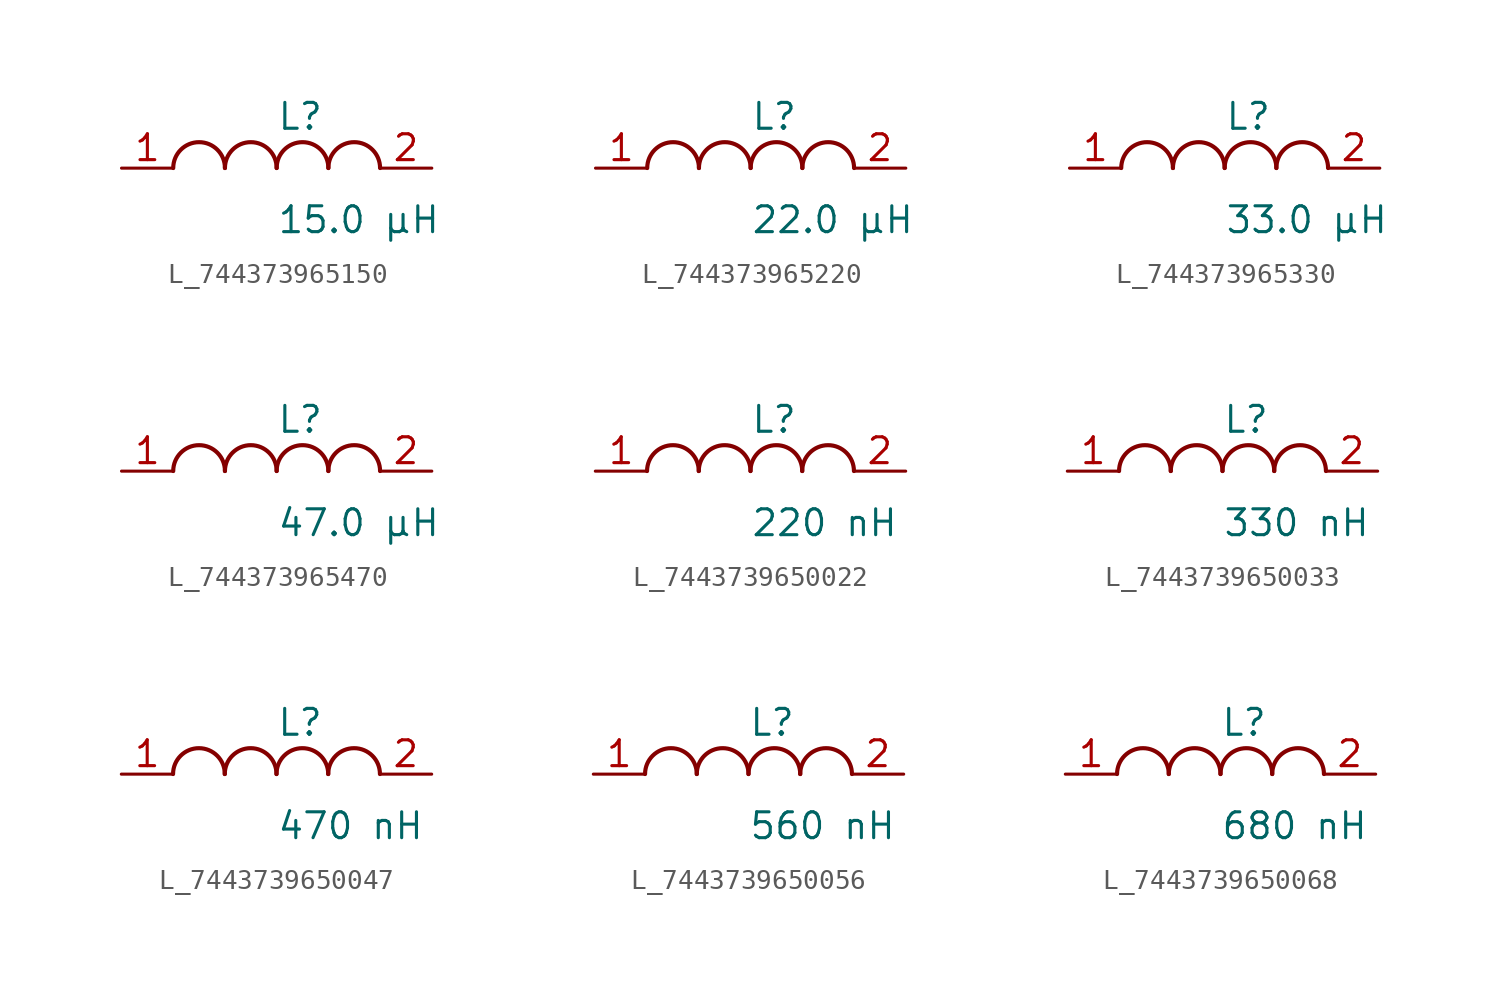
<source format=kicad_sym>
(kicad_symbol_lib
  (version 20231120)
  (generator kicad_symbol_editor)
  (generator_version 8.0)
  (symbol "L_744373965150"
    (pin_names
      (offset 0.254))
    (property "Reference" "L"
      (at 0 2.54 0)
      (effects (font (size 1.27 1.27)) (justify left)))
    (property "Value" "15.0 µH"
      (at 0 -2.54 0)
      (effects (font (size 1.27 1.27)) (justify left)))
    (symbol "L_744373965150_1_1"
      (arc (start -2.54 0.0056) (mid -3.81 1.27) (end -5.08 0.0056) (stroke (width 0.2032) (type default)) (fill (type none)))
      (arc (start 0 0.0056) (mid -1.27 1.27) (end -2.54 0.0056) (stroke (width 0.2032) (type default)) (fill (type none)))
      (arc (start 2.54 0.0056) (mid 1.27 1.27) (end 0 0.0056) (stroke (width 0.2032) (type default)) (fill (type none)))
      (arc (start 5.08 0.0056) (mid 3.81 1.27) (end 2.54 0.0056) (stroke (width 0.2032) (type default)) (fill (type none)))
      (pin unspecified line (at -7.62 0 0) (length 2.54) (name "" (effects (font (size 1.27 1.27)))) (number "1" (effects (font (size 1.27 1.27)))))
      (pin unspecified line (at 7.62 0 180) (length 2.54) (name "" (effects (font (size 1.27 1.27)))) (number "2" (effects (font (size 1.27 1.27)))))))
  (symbol "L_744373965220"
    (pin_names
      (offset 0.254))
    (property "Reference" "L"
      (at 0 2.54 0)
      (effects (font (size 1.27 1.27)) (justify left)))
    (property "Value" "22.0 µH"
      (at 0 -2.54 0)
      (effects (font (size 1.27 1.27)) (justify left)))
    (symbol "L_744373965220_1_1"
      (arc (start -2.54 0.0056) (mid -3.81 1.27) (end -5.08 0.0056) (stroke (width 0.2032) (type default)) (fill (type none)))
      (arc (start 0 0.0056) (mid -1.27 1.27) (end -2.54 0.0056) (stroke (width 0.2032) (type default)) (fill (type none)))
      (arc (start 2.54 0.0056) (mid 1.27 1.27) (end 0 0.0056) (stroke (width 0.2032) (type default)) (fill (type none)))
      (arc (start 5.08 0.0056) (mid 3.81 1.27) (end 2.54 0.0056) (stroke (width 0.2032) (type default)) (fill (type none)))
      (pin unspecified line (at -7.62 0 0) (length 2.54) (name "" (effects (font (size 1.27 1.27)))) (number "1" (effects (font (size 1.27 1.27)))))
      (pin unspecified line (at 7.62 0 180) (length 2.54) (name "" (effects (font (size 1.27 1.27)))) (number "2" (effects (font (size 1.27 1.27)))))))
  (symbol "L_744373965330"
    (pin_names
      (offset 0.254))
    (property "Reference" "L"
      (at 0 2.54 0)
      (effects (font (size 1.27 1.27)) (justify left)))
    (property "Value" "33.0 µH"
      (at 0 -2.54 0)
      (effects (font (size 1.27 1.27)) (justify left)))
    (symbol "L_744373965330_1_1"
      (arc (start -2.54 0.0056) (mid -3.81 1.27) (end -5.08 0.0056) (stroke (width 0.2032) (type default)) (fill (type none)))
      (arc (start 0 0.0056) (mid -1.27 1.27) (end -2.54 0.0056) (stroke (width 0.2032) (type default)) (fill (type none)))
      (arc (start 2.54 0.0056) (mid 1.27 1.27) (end 0 0.0056) (stroke (width 0.2032) (type default)) (fill (type none)))
      (arc (start 5.08 0.0056) (mid 3.81 1.27) (end 2.54 0.0056) (stroke (width 0.2032) (type default)) (fill (type none)))
      (pin unspecified line (at -7.62 0 0) (length 2.54) (name "" (effects (font (size 1.27 1.27)))) (number "1" (effects (font (size 1.27 1.27)))))
      (pin unspecified line (at 7.62 0 180) (length 2.54) (name "" (effects (font (size 1.27 1.27)))) (number "2" (effects (font (size 1.27 1.27)))))))
  (symbol "L_744373965470"
    (pin_names
      (offset 0.254))
    (property "Reference" "L"
      (at 0 2.54 0)
      (effects (font (size 1.27 1.27)) (justify left)))
    (property "Value" "47.0 µH"
      (at 0 -2.54 0)
      (effects (font (size 1.27 1.27)) (justify left)))
    (symbol "L_744373965470_1_1"
      (arc (start -2.54 0.0056) (mid -3.81 1.27) (end -5.08 0.0056) (stroke (width 0.2032) (type default)) (fill (type none)))
      (arc (start 0 0.0056) (mid -1.27 1.27) (end -2.54 0.0056) (stroke (width 0.2032) (type default)) (fill (type none)))
      (arc (start 2.54 0.0056) (mid 1.27 1.27) (end 0 0.0056) (stroke (width 0.2032) (type default)) (fill (type none)))
      (arc (start 5.08 0.0056) (mid 3.81 1.27) (end 2.54 0.0056) (stroke (width 0.2032) (type default)) (fill (type none)))
      (pin unspecified line (at -7.62 0 0) (length 2.54) (name "" (effects (font (size 1.27 1.27)))) (number "1" (effects (font (size 1.27 1.27)))))
      (pin unspecified line (at 7.62 0 180) (length 2.54) (name "" (effects (font (size 1.27 1.27)))) (number "2" (effects (font (size 1.27 1.27)))))))
  (symbol "L_7443739650022"
    (pin_names
      (offset 0.254))
    (property "Reference" "L"
      (at 0 2.54 0)
      (effects (font (size 1.27 1.27)) (justify left)))
    (property "Value" "220 nH"
      (at 0 -2.54 0)
      (effects (font (size 1.27 1.27)) (justify left)))
    (symbol "L_7443739650022_1_1"
      (arc (start -2.54 0.0056) (mid -3.81 1.27) (end -5.08 0.0056) (stroke (width 0.2032) (type default)) (fill (type none)))
      (arc (start 0 0.0056) (mid -1.27 1.27) (end -2.54 0.0056) (stroke (width 0.2032) (type default)) (fill (type none)))
      (arc (start 2.54 0.0056) (mid 1.27 1.27) (end 0 0.0056) (stroke (width 0.2032) (type default)) (fill (type none)))
      (arc (start 5.08 0.0056) (mid 3.81 1.27) (end 2.54 0.0056) (stroke (width 0.2032) (type default)) (fill (type none)))
      (pin unspecified line (at -7.62 0 0) (length 2.54) (name "" (effects (font (size 1.27 1.27)))) (number "1" (effects (font (size 1.27 1.27)))))
      (pin unspecified line (at 7.62 0 180) (length 2.54) (name "" (effects (font (size 1.27 1.27)))) (number "2" (effects (font (size 1.27 1.27)))))))
  (symbol "L_7443739650033"
    (pin_names
      (offset 0.254))
    (property "Reference" "L"
      (at 0 2.54 0)
      (effects (font (size 1.27 1.27)) (justify left)))
    (property "Value" "330 nH"
      (at 0 -2.54 0)
      (effects (font (size 1.27 1.27)) (justify left)))
    (symbol "L_7443739650033_1_1"
      (arc (start -2.54 0.0056) (mid -3.81 1.27) (end -5.08 0.0056) (stroke (width 0.2032) (type default)) (fill (type none)))
      (arc (start 0 0.0056) (mid -1.27 1.27) (end -2.54 0.0056) (stroke (width 0.2032) (type default)) (fill (type none)))
      (arc (start 2.54 0.0056) (mid 1.27 1.27) (end 0 0.0056) (stroke (width 0.2032) (type default)) (fill (type none)))
      (arc (start 5.08 0.0056) (mid 3.81 1.27) (end 2.54 0.0056) (stroke (width 0.2032) (type default)) (fill (type none)))
      (pin unspecified line (at -7.62 0 0) (length 2.54) (name "" (effects (font (size 1.27 1.27)))) (number "1" (effects (font (size 1.27 1.27)))))
      (pin unspecified line (at 7.62 0 180) (length 2.54) (name "" (effects (font (size 1.27 1.27)))) (number "2" (effects (font (size 1.27 1.27)))))))
  (symbol "L_7443739650047"
    (pin_names
      (offset 0.254))
    (property "Reference" "L"
      (at 0 2.54 0)
      (effects (font (size 1.27 1.27)) (justify left)))
    (property "Value" "470 nH"
      (at 0 -2.54 0)
      (effects (font (size 1.27 1.27)) (justify left)))
    (symbol "L_7443739650047_1_1"
      (arc (start -2.54 0.0056) (mid -3.81 1.27) (end -5.08 0.0056) (stroke (width 0.2032) (type default)) (fill (type none)))
      (arc (start 0 0.0056) (mid -1.27 1.27) (end -2.54 0.0056) (stroke (width 0.2032) (type default)) (fill (type none)))
      (arc (start 2.54 0.0056) (mid 1.27 1.27) (end 0 0.0056) (stroke (width 0.2032) (type default)) (fill (type none)))
      (arc (start 5.08 0.0056) (mid 3.81 1.27) (end 2.54 0.0056) (stroke (width 0.2032) (type default)) (fill (type none)))
      (pin unspecified line (at -7.62 0 0) (length 2.54) (name "" (effects (font (size 1.27 1.27)))) (number "1" (effects (font (size 1.27 1.27)))))
      (pin unspecified line (at 7.62 0 180) (length 2.54) (name "" (effects (font (size 1.27 1.27)))) (number "2" (effects (font (size 1.27 1.27)))))))
  (symbol "L_7443739650056"
    (pin_names
      (offset 0.254))
    (property "Reference" "L"
      (at 0 2.54 0)
      (effects (font (size 1.27 1.27)) (justify left)))
    (property "Value" "560 nH"
      (at 0 -2.54 0)
      (effects (font (size 1.27 1.27)) (justify left)))
    (symbol "L_7443739650056_1_1"
      (arc (start -2.54 0.0056) (mid -3.81 1.27) (end -5.08 0.0056) (stroke (width 0.2032) (type default)) (fill (type none)))
      (arc (start 0 0.0056) (mid -1.27 1.27) (end -2.54 0.0056) (stroke (width 0.2032) (type default)) (fill (type none)))
      (arc (start 2.54 0.0056) (mid 1.27 1.27) (end 0 0.0056) (stroke (width 0.2032) (type default)) (fill (type none)))
      (arc (start 5.08 0.0056) (mid 3.81 1.27) (end 2.54 0.0056) (stroke (width 0.2032) (type default)) (fill (type none)))
      (pin unspecified line (at -7.62 0 0) (length 2.54) (name "" (effects (font (size 1.27 1.27)))) (number "1" (effects (font (size 1.27 1.27)))))
      (pin unspecified line (at 7.62 0 180) (length 2.54) (name "" (effects (font (size 1.27 1.27)))) (number "2" (effects (font (size 1.27 1.27)))))))
  (symbol "L_7443739650068"
    (pin_names
      (offset 0.254))
    (property "Reference" "L"
      (at 0 2.54 0)
      (effects (font (size 1.27 1.27)) (justify left)))
    (property "Value" "680 nH"
      (at 0 -2.54 0)
      (effects (font (size 1.27 1.27)) (justify left)))
    (symbol "L_7443739650068_1_1"
      (arc (start -2.54 0.0056) (mid -3.81 1.27) (end -5.08 0.0056) (stroke (width 0.2032) (type default)) (fill (type none)))
      (arc (start 0 0.0056) (mid -1.27 1.27) (end -2.54 0.0056) (stroke (width 0.2032) (type default)) (fill (type none)))
      (arc (start 2.54 0.0056) (mid 1.27 1.27) (end 0 0.0056) (stroke (width 0.2032) (type default)) (fill (type none)))
      (arc (start 5.08 0.0056) (mid 3.81 1.27) (end 2.54 0.0056) (stroke (width 0.2032) (type default)) (fill (type none)))
      (pin unspecified line (at -7.62 0 0) (length 2.54) (name "" (effects (font (size 1.27 1.27)))) (number "1" (effects (font (size 1.27 1.27)))))
      (pin unspecified line (at 7.62 0 180) (length 2.54) (name "" (effects (font (size 1.27 1.27)))) (number "2" (effects (font (size 1.27 1.27))))))))
</source>
